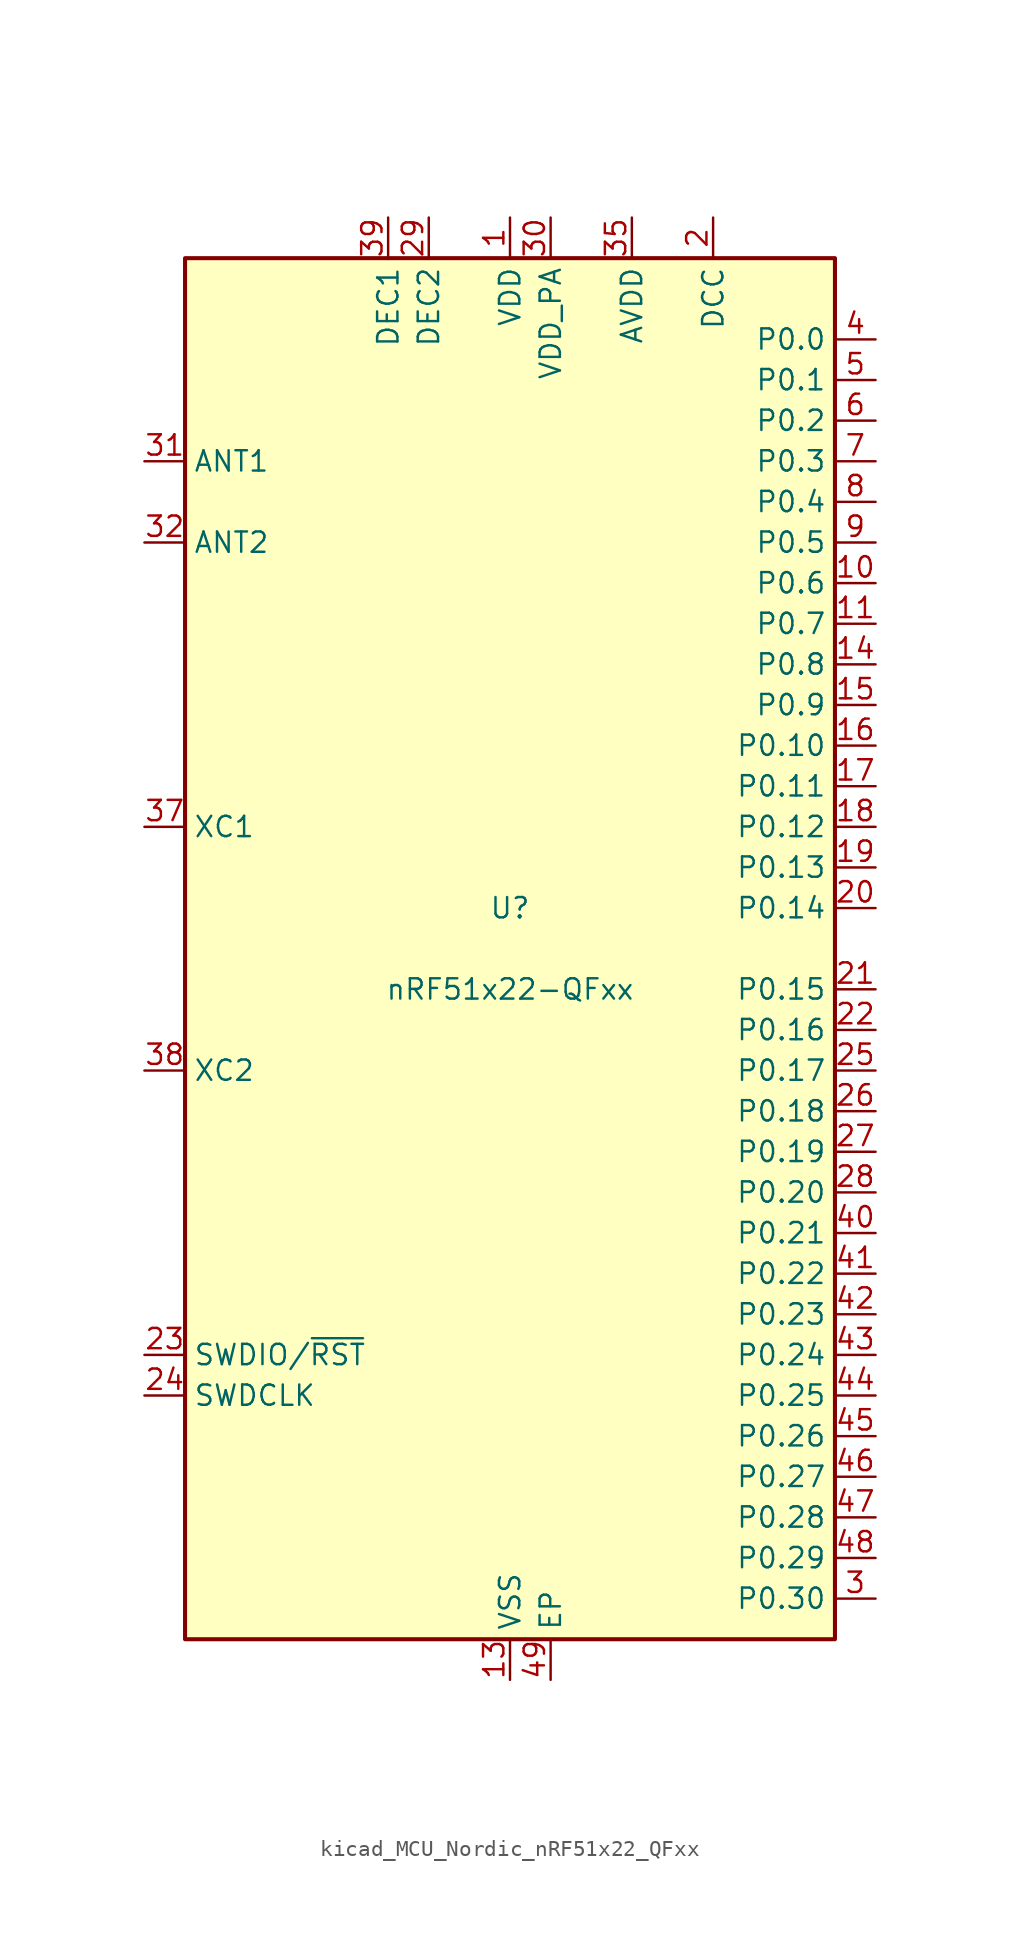
<source format=kicad_sym>
(kicad_symbol_lib
  (version 20220914)
  (generator kicad_symbol_editor)
  (symbol "kicad_MCU_Nordic_nRF51x22_QFxx"
    (property "Reference" "U"
      (at 0 2.54 0)
      (effects (font (size 1.27 1.27))))
    (property "Value" "nRF51x22-QFxx"
      (at 0 -2.54 0)
      (effects (font (size 1.27 1.27))))
    (symbol "kicad_MCU_Nordic_nRF51x22_QFxx_0_1"
      (rectangle (start -20.32 43.18) (end 20.32 -43.18) (stroke (width 0.254) (type default)) (fill (type background))))
    (symbol "kicad_MCU_Nordic_nRF51x22_QFxx_1_1"
      (pin power_in line (at 0 45.72 270) (length 2.54) (name "VDD" (effects (font (size 1.27 1.27)))) (number "1" (effects (font (size 1.27 1.27)))))
      (pin bidirectional line (at 22.86 22.86 180) (length 2.54) (name "P0.6" (effects (font (size 1.27 1.27)))) (number "10" (effects (font (size 1.27 1.27)))))
      (pin bidirectional line (at 22.86 20.32 180) (length 2.54) (name "P0.7" (effects (font (size 1.27 1.27)))) (number "11" (effects (font (size 1.27 1.27)))))
      (pin passive line (at 0 45.72 270) (length 2.54) hide (name "VDD" (effects (font (size 1.27 1.27)))) (number "12" (effects (font (size 1.27 1.27)))))
      (pin power_in line (at 0 -45.72 90) (length 2.54) (name "VSS" (effects (font (size 1.27 1.27)))) (number "13" (effects (font (size 1.27 1.27)))))
      (pin bidirectional line (at 22.86 17.78 180) (length 2.54) (name "P0.8" (effects (font (size 1.27 1.27)))) (number "14" (effects (font (size 1.27 1.27)))))
      (pin bidirectional line (at 22.86 15.24 180) (length 2.54) (name "P0.9" (effects (font (size 1.27 1.27)))) (number "15" (effects (font (size 1.27 1.27)))))
      (pin bidirectional line (at 22.86 12.7 180) (length 2.54) (name "P0.10" (effects (font (size 1.27 1.27)))) (number "16" (effects (font (size 1.27 1.27)))))
      (pin bidirectional line (at 22.86 10.16 180) (length 2.54) (name "P0.11" (effects (font (size 1.27 1.27)))) (number "17" (effects (font (size 1.27 1.27)))))
      (pin bidirectional line (at 22.86 7.62 180) (length 2.54) (name "P0.12" (effects (font (size 1.27 1.27)))) (number "18" (effects (font (size 1.27 1.27)))))
      (pin bidirectional line (at 22.86 5.08 180) (length 2.54) (name "P0.13" (effects (font (size 1.27 1.27)))) (number "19" (effects (font (size 1.27 1.27)))))
      (pin power_out line (at 12.7 45.72 270) (length 2.54) (name "DCC" (effects (font (size 1.27 1.27)))) (number "2" (effects (font (size 1.27 1.27)))))
      (pin bidirectional line (at 22.86 2.54 180) (length 2.54) (name "P0.14" (effects (font (size 1.27 1.27)))) (number "20" (effects (font (size 1.27 1.27)))))
      (pin bidirectional line (at 22.86 -2.54 180) (length 2.54) (name "P0.15" (effects (font (size 1.27 1.27)))) (number "21" (effects (font (size 1.27 1.27)))))
      (pin bidirectional line (at 22.86 -5.08 180) (length 2.54) (name "P0.16" (effects (font (size 1.27 1.27)))) (number "22" (effects (font (size 1.27 1.27)))))
      (pin bidirectional line (at -22.86 -25.4 0) (length 2.54) (name "SWDIO/~{RST}" (effects (font (size 1.27 1.27)))) (number "23" (effects (font (size 1.27 1.27)))))
      (pin input line (at -22.86 -27.94 0) (length 2.54) (name "SWDCLK" (effects (font (size 1.27 1.27)))) (number "24" (effects (font (size 1.27 1.27)))))
      (pin bidirectional line (at 22.86 -7.62 180) (length 2.54) (name "P0.17" (effects (font (size 1.27 1.27)))) (number "25" (effects (font (size 1.27 1.27)))))
      (pin bidirectional line (at 22.86 -10.16 180) (length 2.54) (name "P0.18" (effects (font (size 1.27 1.27)))) (number "26" (effects (font (size 1.27 1.27)))))
      (pin bidirectional line (at 22.86 -12.7 180) (length 2.54) (name "P0.19" (effects (font (size 1.27 1.27)))) (number "27" (effects (font (size 1.27 1.27)))))
      (pin bidirectional line (at 22.86 -15.24 180) (length 2.54) (name "P0.20" (effects (font (size 1.27 1.27)))) (number "28" (effects (font (size 1.27 1.27)))))
      (pin passive line (at -5.08 45.72 270) (length 2.54) (name "DEC2" (effects (font (size 1.27 1.27)))) (number "29" (effects (font (size 1.27 1.27)))))
      (pin bidirectional line (at 22.86 -40.64 180) (length 2.54) (name "P0.30" (effects (font (size 1.27 1.27)))) (number "3" (effects (font (size 1.27 1.27)))))
      (pin power_out line (at 2.54 45.72 270) (length 2.54) (name "VDD_PA" (effects (font (size 1.27 1.27)))) (number "30" (effects (font (size 1.27 1.27)))))
      (pin output line (at -22.86 30.48 0) (length 2.54) (name "ANT1" (effects (font (size 1.27 1.27)))) (number "31" (effects (font (size 1.27 1.27)))))
      (pin output line (at -22.86 25.4 0) (length 2.54) (name "ANT2" (effects (font (size 1.27 1.27)))) (number "32" (effects (font (size 1.27 1.27)))))
      (pin passive line (at 0 -45.72 90) (length 2.54) hide (name "VSS" (effects (font (size 1.27 1.27)))) (number "33" (effects (font (size 1.27 1.27)))))
      (pin passive line (at 0 -45.72 90) (length 2.54) hide (name "VSS" (effects (font (size 1.27 1.27)))) (number "34" (effects (font (size 1.27 1.27)))))
      (pin power_in line (at 7.62 45.72 270) (length 2.54) (name "AVDD" (effects (font (size 1.27 1.27)))) (number "35" (effects (font (size 1.27 1.27)))))
      (pin passive line (at 7.62 45.72 270) (length 2.54) hide (name "AVDD" (effects (font (size 1.27 1.27)))) (number "36" (effects (font (size 1.27 1.27)))))
      (pin input line (at -22.86 7.62 0) (length 2.54) (name "XC1" (effects (font (size 1.27 1.27)))) (number "37" (effects (font (size 1.27 1.27)))))
      (pin input line (at -22.86 -7.62 0) (length 2.54) (name "XC2" (effects (font (size 1.27 1.27)))) (number "38" (effects (font (size 1.27 1.27)))))
      (pin passive line (at -7.62 45.72 270) (length 2.54) (name "DEC1" (effects (font (size 1.27 1.27)))) (number "39" (effects (font (size 1.27 1.27)))))
      (pin bidirectional line (at 22.86 38.1 180) (length 2.54) (name "P0.0" (effects (font (size 1.27 1.27)))) (number "4" (effects (font (size 1.27 1.27)))))
      (pin bidirectional line (at 22.86 -17.78 180) (length 2.54) (name "P0.21" (effects (font (size 1.27 1.27)))) (number "40" (effects (font (size 1.27 1.27)))))
      (pin bidirectional line (at 22.86 -20.32 180) (length 2.54) (name "P0.22" (effects (font (size 1.27 1.27)))) (number "41" (effects (font (size 1.27 1.27)))))
      (pin bidirectional line (at 22.86 -22.86 180) (length 2.54) (name "P0.23" (effects (font (size 1.27 1.27)))) (number "42" (effects (font (size 1.27 1.27)))))
      (pin bidirectional line (at 22.86 -25.4 180) (length 2.54) (name "P0.24" (effects (font (size 1.27 1.27)))) (number "43" (effects (font (size 1.27 1.27)))))
      (pin bidirectional line (at 22.86 -27.94 180) (length 2.54) (name "P0.25" (effects (font (size 1.27 1.27)))) (number "44" (effects (font (size 1.27 1.27)))))
      (pin bidirectional line (at 22.86 -30.48 180) (length 2.54) (name "P0.26" (effects (font (size 1.27 1.27)))) (number "45" (effects (font (size 1.27 1.27)))))
      (pin bidirectional line (at 22.86 -33.02 180) (length 2.54) (name "P0.27" (effects (font (size 1.27 1.27)))) (number "46" (effects (font (size 1.27 1.27)))))
      (pin bidirectional line (at 22.86 -35.56 180) (length 2.54) (name "P0.28" (effects (font (size 1.27 1.27)))) (number "47" (effects (font (size 1.27 1.27)))))
      (pin bidirectional line (at 22.86 -38.1 180) (length 2.54) (name "P0.29" (effects (font (size 1.27 1.27)))) (number "48" (effects (font (size 1.27 1.27)))))
      (pin power_in line (at 2.54 -45.72 90) (length 2.54) (name "EP" (effects (font (size 1.27 1.27)))) (number "49" (effects (font (size 1.27 1.27)))))
      (pin bidirectional line (at 22.86 35.56 180) (length 2.54) (name "P0.1" (effects (font (size 1.27 1.27)))) (number "5" (effects (font (size 1.27 1.27)))))
      (pin bidirectional line (at 22.86 33.02 180) (length 2.54) (name "P0.2" (effects (font (size 1.27 1.27)))) (number "6" (effects (font (size 1.27 1.27)))))
      (pin bidirectional line (at 22.86 30.48 180) (length 2.54) (name "P0.3" (effects (font (size 1.27 1.27)))) (number "7" (effects (font (size 1.27 1.27)))))
      (pin bidirectional line (at 22.86 27.94 180) (length 2.54) (name "P0.4" (effects (font (size 1.27 1.27)))) (number "8" (effects (font (size 1.27 1.27)))))
      (pin bidirectional line (at 22.86 25.4 180) (length 2.54) (name "P0.5" (effects (font (size 1.27 1.27)))) (number "9" (effects (font (size 1.27 1.27))))))))
</source>
